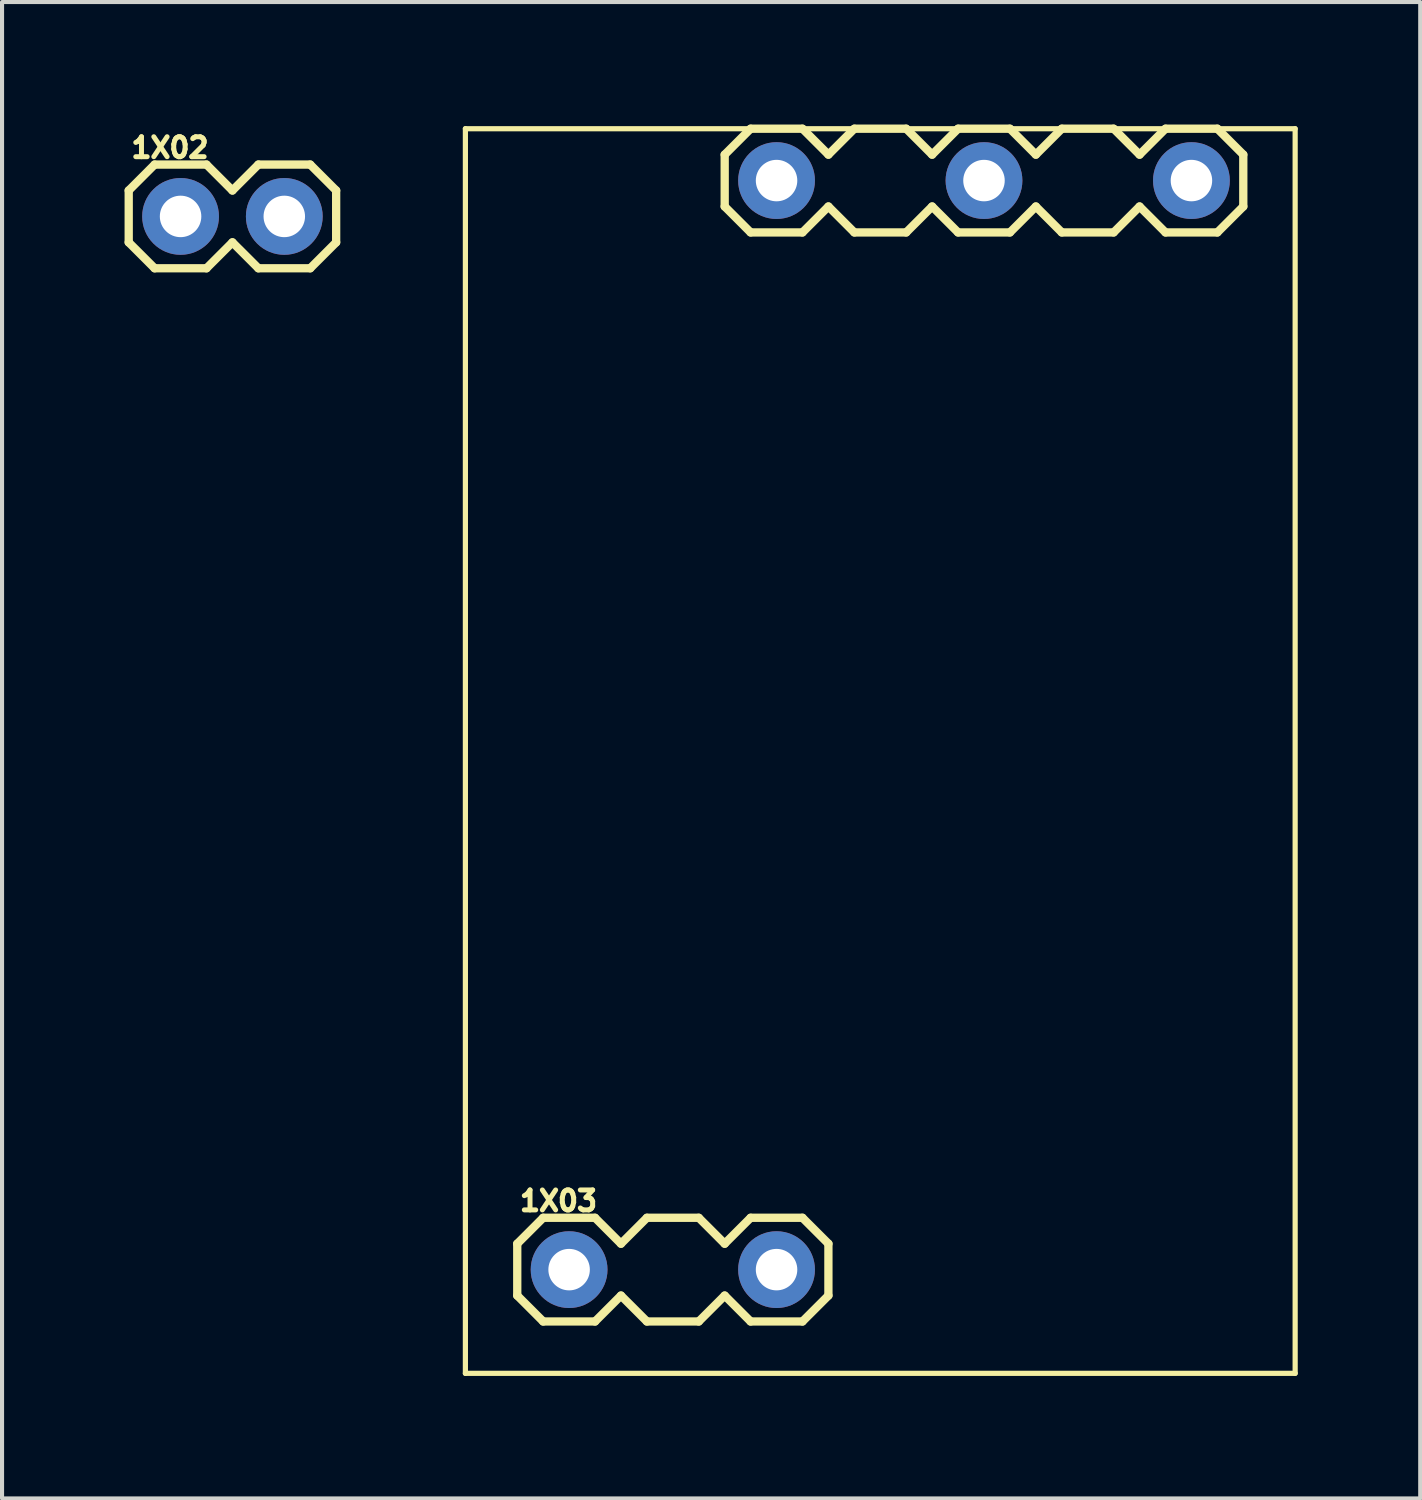
<source format=kicad_pcb>
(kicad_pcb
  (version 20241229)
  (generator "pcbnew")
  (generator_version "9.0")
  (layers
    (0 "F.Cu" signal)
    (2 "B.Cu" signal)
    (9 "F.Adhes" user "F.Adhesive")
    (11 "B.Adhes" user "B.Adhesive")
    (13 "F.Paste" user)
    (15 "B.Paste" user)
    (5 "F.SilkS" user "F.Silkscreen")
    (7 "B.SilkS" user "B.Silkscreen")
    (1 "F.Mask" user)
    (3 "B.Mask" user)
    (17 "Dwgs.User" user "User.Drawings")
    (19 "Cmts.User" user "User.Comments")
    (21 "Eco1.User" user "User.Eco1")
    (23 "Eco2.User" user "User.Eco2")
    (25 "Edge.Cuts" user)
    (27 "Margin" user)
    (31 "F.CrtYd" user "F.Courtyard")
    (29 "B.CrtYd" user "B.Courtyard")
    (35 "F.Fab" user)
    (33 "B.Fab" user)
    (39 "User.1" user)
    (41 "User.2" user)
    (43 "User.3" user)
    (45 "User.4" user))
  (footprint "1X03"
    (layer "F.Cu")
    (at 10.887 28.042)
    (property "Reference" "1X03" (at -1.27 -1.397 0) (unlocked yes) (layer "F.SilkS") (effects (font (size 0.488 0.488) (thickness 0.122)) (justify left bottom)))
    (fp_line (start -2.54 -27.94) (end 17.78 -27.94) (stroke (width 0.127) (type solid)) (layer "F.SilkS"))
    (fp_line (start -2.54 2.54) (end -2.54 -27.94) (stroke (width 0.127) (type solid)) (layer "F.SilkS"))
    (fp_line (start -1.27 -0.635) (end -1.27 0.635) (stroke (width 0.203) (type solid)) (layer "F.SilkS"))
    (fp_line (start -1.27 0.635) (end -0.635 1.27) (stroke (width 0.203) (type solid)) (layer "F.SilkS"))
    (fp_line (start -0.635 -1.27) (end -1.27 -0.635) (stroke (width 0.203) (type solid)) (layer "F.SilkS"))
    (fp_line (start -0.635 -1.27) (end 0.635 -1.27) (stroke (width 0.203) (type solid)) (layer "F.SilkS"))
    (fp_line (start 0.635 -1.27) (end 1.27 -0.635) (stroke (width 0.203) (type solid)) (layer "F.SilkS"))
    (fp_line (start 0.635 1.27) (end -0.635 1.27) (stroke (width 0.203) (type solid)) (layer "F.SilkS"))
    (fp_line (start 1.27 -0.635) (end 1.905 -1.27) (stroke (width 0.203) (type solid)) (layer "F.SilkS"))
    (fp_line (start 1.27 0.635) (end 0.635 1.27) (stroke (width 0.203) (type solid)) (layer "F.SilkS"))
    (fp_line (start 1.905 -1.27) (end 3.175 -1.27) (stroke (width 0.203) (type solid)) (layer "F.SilkS"))
    (fp_line (start 1.905 1.27) (end 1.27 0.635) (stroke (width 0.203) (type solid)) (layer "F.SilkS"))
    (fp_line (start 3.175 -1.27) (end 3.81 -0.635) (stroke (width 0.203) (type solid)) (layer "F.SilkS"))
    (fp_line (start 3.175 1.27) (end 1.905 1.27) (stroke (width 0.203) (type solid)) (layer "F.SilkS"))
    (fp_line (start 3.81 -27.305) (end 3.81 -26.035) (stroke (width 0.203) (type solid)) (layer "F.SilkS"))
    (fp_line (start 3.81 -26.035) (end 4.445 -25.4) (stroke (width 0.203) (type solid)) (layer "F.SilkS"))
    (fp_line (start 3.81 -0.635) (end 4.445 -1.27) (stroke (width 0.203) (type solid)) (layer "F.SilkS"))
    (fp_line (start 3.81 0.635) (end 3.175 1.27) (stroke (width 0.203) (type solid)) (layer "F.SilkS"))
    (fp_line (start 4.445 -27.94) (end 3.81 -27.305) (stroke (width 0.203) (type solid)) (layer "F.SilkS"))
    (fp_line (start 4.445 -27.94) (end 5.715 -27.94) (stroke (width 0.203) (type solid)) (layer "F.SilkS"))
    (fp_line (start 4.445 -25.4) (end 5.715 -25.4) (stroke (width 0.203) (type solid)) (layer "F.SilkS"))
    (fp_line (start 4.445 -1.27) (end 5.715 -1.27) (stroke (width 0.203) (type solid)) (layer "F.SilkS"))
    (fp_line (start 4.445 1.27) (end 3.81 0.635) (stroke (width 0.203) (type solid)) (layer "F.SilkS"))
    (fp_line (start 5.715 -27.94) (end 6.35 -27.305) (stroke (width 0.203) (type solid)) (layer "F.SilkS"))
    (fp_line (start 5.715 -1.27) (end 6.35 -0.635) (stroke (width 0.203) (type solid)) (layer "F.SilkS"))
    (fp_line (start 5.715 1.27) (end 4.445 1.27) (stroke (width 0.203) (type solid)) (layer "F.SilkS"))
    (fp_line (start 6.35 -26.035) (end 5.715 -25.4) (stroke (width 0.203) (type solid)) (layer "F.SilkS"))
    (fp_line (start 6.35 -26.035) (end 6.985 -25.4) (stroke (width 0.203) (type solid)) (layer "F.SilkS"))
    (fp_line (start 6.35 -0.635) (end 6.35 0.635) (stroke (width 0.203) (type solid)) (layer "F.SilkS"))
    (fp_line (start 6.35 0.635) (end 5.715 1.27) (stroke (width 0.203) (type solid)) (layer "F.SilkS"))
    (fp_line (start 6.985 -27.94) (end 6.35 -27.305) (stroke (width 0.203) (type solid)) (layer "F.SilkS"))
    (fp_line (start 6.985 -27.94) (end 8.255 -27.94) (stroke (width 0.203) (type solid)) (layer "F.SilkS"))
    (fp_line (start 6.985 -25.4) (end 8.255 -25.4) (stroke (width 0.203) (type solid)) (layer "F.SilkS"))
    (fp_line (start 8.255 -27.94) (end 8.89 -27.305) (stroke (width 0.203) (type solid)) (layer "F.SilkS"))
    (fp_line (start 8.89 -26.035) (end 8.255 -25.4) (stroke (width 0.203) (type solid)) (layer "F.SilkS"))
    (fp_line (start 8.89 -26.035) (end 9.525 -25.4) (stroke (width 0.203) (type solid)) (layer "F.SilkS"))
    (fp_line (start 9.525 -27.94) (end 8.89 -27.305) (stroke (width 0.203) (type solid)) (layer "F.SilkS"))
    (fp_line (start 9.525 -27.94) (end 10.795 -27.94) (stroke (width 0.203) (type solid)) (layer "F.SilkS"))
    (fp_line (start 9.525 -25.4) (end 10.795 -25.4) (stroke (width 0.203) (type solid)) (layer "F.SilkS"))
    (fp_line (start 10.795 -27.94) (end 11.43 -27.305) (stroke (width 0.203) (type solid)) (layer "F.SilkS"))
    (fp_line (start 11.43 -26.035) (end 10.795 -25.4) (stroke (width 0.203) (type solid)) (layer "F.SilkS"))
    (fp_line (start 11.43 -26.035) (end 12.065 -25.4) (stroke (width 0.203) (type solid)) (layer "F.SilkS"))
    (fp_line (start 12.065 -27.94) (end 11.43 -27.305) (stroke (width 0.203) (type solid)) (layer "F.SilkS"))
    (fp_line (start 12.065 -27.94) (end 13.335 -27.94) (stroke (width 0.203) (type solid)) (layer "F.SilkS"))
    (fp_line (start 12.065 -25.4) (end 13.335 -25.4) (stroke (width 0.203) (type solid)) (layer "F.SilkS"))
    (fp_line (start 13.335 -27.94) (end 13.97 -27.305) (stroke (width 0.203) (type solid)) (layer "F.SilkS"))
    (fp_line (start 13.97 -26.035) (end 13.335 -25.4) (stroke (width 0.203) (type solid)) (layer "F.SilkS"))
    (fp_line (start 13.97 -26.035) (end 14.605 -25.4) (stroke (width 0.203) (type solid)) (layer "F.SilkS"))
    (fp_line (start 14.605 -27.94) (end 13.97 -27.305) (stroke (width 0.203) (type solid)) (layer "F.SilkS"))
    (fp_line (start 14.605 -27.94) (end 15.875 -27.94) (stroke (width 0.203) (type solid)) (layer "F.SilkS"))
    (fp_line (start 14.605 -25.4) (end 15.875 -25.4) (stroke (width 0.203) (type solid)) (layer "F.SilkS"))
    (fp_line (start 15.875 -27.94) (end 16.51 -27.305) (stroke (width 0.203) (type solid)) (layer "F.SilkS"))
    (fp_line (start 16.51 -27.305) (end 16.51 -26.035) (stroke (width 0.203) (type solid)) (layer "F.SilkS"))
    (fp_line (start 16.51 -26.035) (end 15.875 -25.4) (stroke (width 0.203) (type solid)) (layer "F.SilkS"))
    (fp_line (start 17.78 -27.94) (end 17.78 2.54) (stroke (width 0.127) (type solid)) (layer "F.SilkS"))
    (fp_line (start 17.78 2.54) (end -2.54 2.54) (stroke (width 0.127) (type solid)) (layer "F.SilkS"))
    (fp_poly (pts (xy -0.254 0.254) (xy 0.254 0.254) (xy 0.254 -0.254) (xy -0.254 -0.254)) (stroke (width 0.1) (type default)) (fill no) (layer "F.Fab"))
    (fp_poly (pts (xy 4.826 -26.416) (xy 5.334 -26.416) (xy 5.334 -26.924) (xy 4.826 -26.924)) (stroke (width 0.1) (type default)) (fill no) (layer "F.Fab"))
    (fp_poly (pts (xy 4.826 0.254) (xy 5.334 0.254) (xy 5.334 -0.254) (xy 4.826 -0.254)) (stroke (width 0.1) (type default)) (fill no) (layer "F.Fab"))
    (fp_poly (pts (xy 9.906 -26.416) (xy 10.414 -26.416) (xy 10.414 -26.924) (xy 9.906 -26.924)) (stroke (width 0.1) (type default)) (fill no) (layer "F.Fab"))
    (fp_poly (pts (xy 14.986 -26.416) (xy 15.494 -26.416) (xy 15.494 -26.924) (xy 14.986 -26.924)) (stroke (width 0.1) (type default)) (fill no) (layer "F.Fab"))
    (pad "5" thru_hole circle (at 10.16 -26.67 90) (size 1.88 1.88) (drill 1.016) (layers "*.Cu" "*.Mask"))
    (pad "GND" thru_hole circle (at 5.08 -26.67 90) (size 1.88 1.88) (drill 1.016) (layers "*.Cu" "*.Mask"))
    (pad "HOT" thru_hole circle (at 0 0 90) (size 1.88 1.88) (drill 1.016) (layers "*.Cu" "*.Mask"))
    (pad "NEUTRAL" thru_hole circle (at 5.08 0 90) (size 1.88 1.88) (drill 1.016) (layers "*.Cu" "*.Mask"))
    (pad "VCC" thru_hole circle (at 15.24 -26.67 90) (size 1.88 1.88) (drill 1.016) (layers "*.Cu" "*.Mask")))
  (footprint "1X02"
    (layer "F.Cu")
    (at 1.372 2.25)
    (property "Reference" "1X02" (at -1.27 -1.397 0) (unlocked yes) (layer "F.SilkS") (effects (font (size 0.488 0.488) (thickness 0.122)) (justify left bottom)))
    (fp_line (start -1.27 -0.635) (end -1.27 0.635) (stroke (width 0.203) (type solid)) (layer "F.SilkS"))
    (fp_line (start -1.27 0.635) (end -0.635 1.27) (stroke (width 0.203) (type solid)) (layer "F.SilkS"))
    (fp_line (start -0.635 -1.27) (end -1.27 -0.635) (stroke (width 0.203) (type solid)) (layer "F.SilkS"))
    (fp_line (start -0.635 -1.27) (end 0.635 -1.27) (stroke (width 0.203) (type solid)) (layer "F.SilkS"))
    (fp_line (start 0.635 -1.27) (end 1.27 -0.635) (stroke (width 0.203) (type solid)) (layer "F.SilkS"))
    (fp_line (start 0.635 1.27) (end -0.635 1.27) (stroke (width 0.203) (type solid)) (layer "F.SilkS"))
    (fp_line (start 1.27 -0.635) (end 1.905 -1.27) (stroke (width 0.203) (type solid)) (layer "F.SilkS"))
    (fp_line (start 1.27 0.635) (end 0.635 1.27) (stroke (width 0.203) (type solid)) (layer "F.SilkS"))
    (fp_line (start 1.905 -1.27) (end 3.175 -1.27) (stroke (width 0.203) (type solid)) (layer "F.SilkS"))
    (fp_line (start 1.905 1.27) (end 1.27 0.635) (stroke (width 0.203) (type solid)) (layer "F.SilkS"))
    (fp_line (start 3.175 -1.27) (end 3.81 -0.635) (stroke (width 0.203) (type solid)) (layer "F.SilkS"))
    (fp_line (start 3.175 1.27) (end 1.905 1.27) (stroke (width 0.203) (type solid)) (layer "F.SilkS"))
    (fp_line (start 3.81 -0.635) (end 3.81 0.635) (stroke (width 0.203) (type solid)) (layer "F.SilkS"))
    (fp_line (start 3.81 0.635) (end 3.175 1.27) (stroke (width 0.203) (type solid)) (layer "F.SilkS"))
    (fp_poly (pts (xy -0.254 0.254) (xy 0.254 0.254) (xy 0.254 -0.254) (xy -0.254 -0.254)) (stroke (width 0.1) (type default)) (fill no) (layer "F.Fab"))
    (fp_poly (pts (xy 2.286 0.254) (xy 2.794 0.254) (xy 2.794 -0.254) (xy 2.286 -0.254)) (stroke (width 0.1) (type default)) (fill no) (layer "F.Fab"))
    (pad "1" thru_hole circle (at 0 0 90) (size 1.88 1.88) (drill 1.016) (layers "*.Cu" "*.Mask"))
    (pad "2" thru_hole circle (at 2.54 0 90) (size 1.88 1.88) (drill 1.016) (layers "*.Cu" "*.Mask")))
  (gr_rect
    (start -3 -3)
    (end 31.73 33.645)
    (stroke (width 0.1) (type default))
    (fill no)
    (layer "Edge.Cuts")))
</source>
